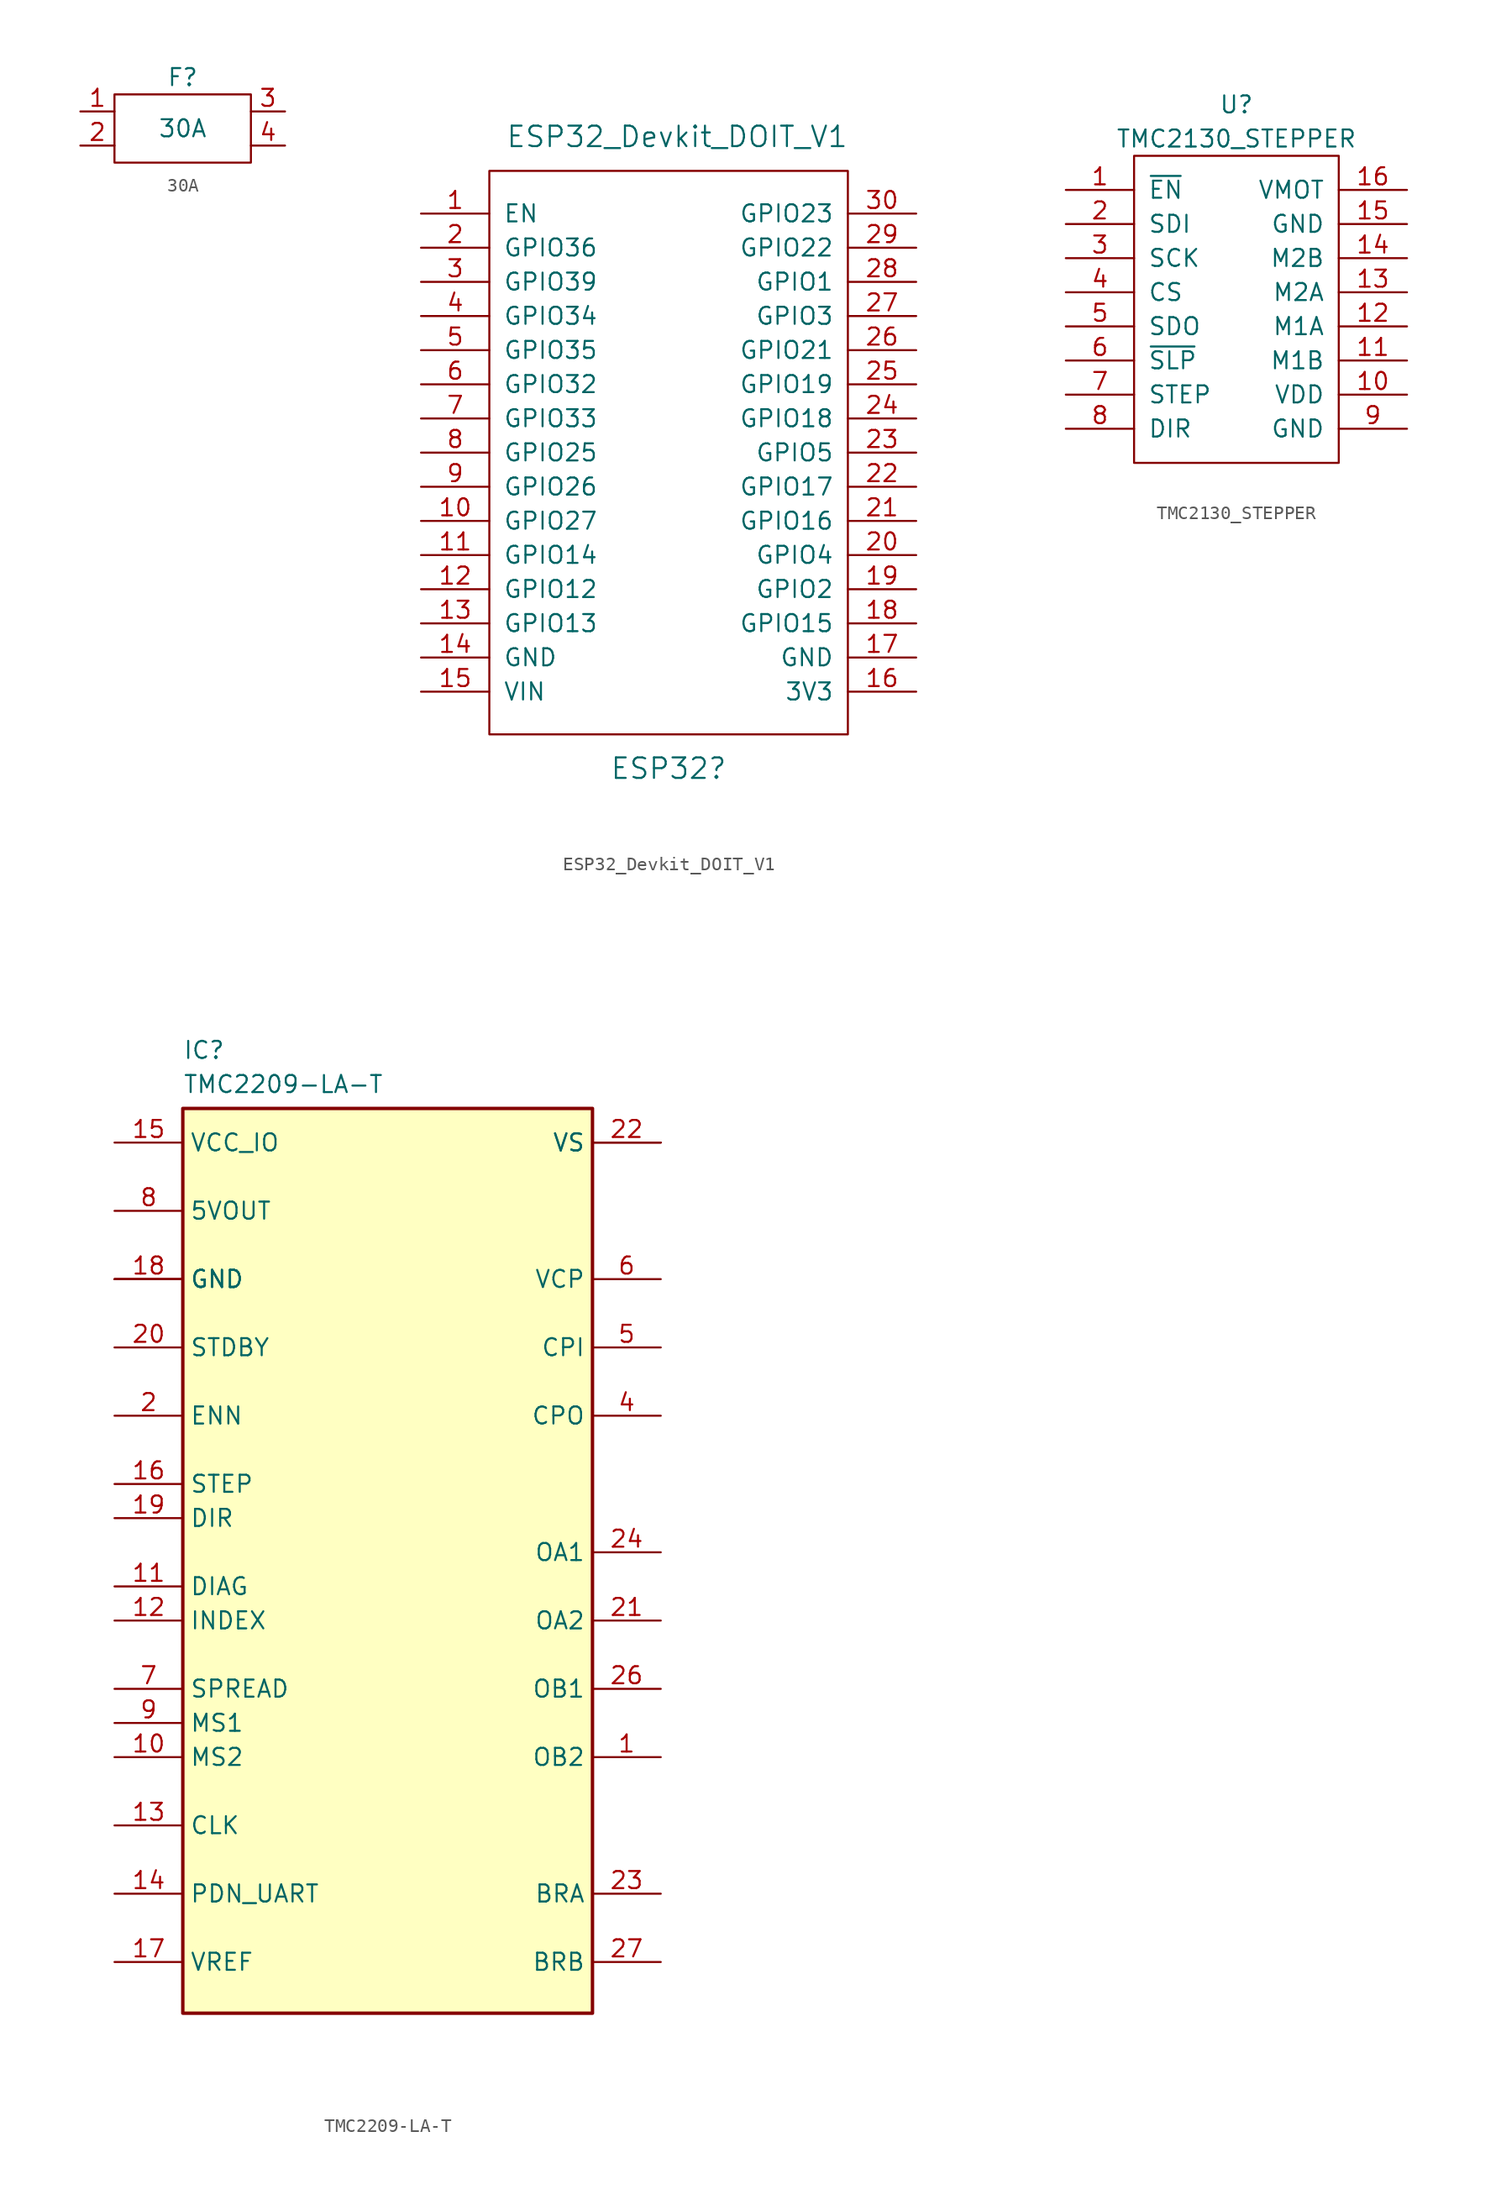
<source format=kicad_sym>
(kicad_symbol_lib
  (version 20231120)
  (generator "kicad_symbol_editor")
  (generator_version "8.0")
  (symbol "30A"
    (pin_names
      (offset 1.016))
    (property "Reference" "F"
      (at 0 3.81 0)
      (effects (font (size 1.27 1.27))))
    (property "Value" "30A"
      (at 0 0 0)
      (effects (font (size 1.27 1.27))))
    (symbol "30A_0_1"
      (rectangle (start -5.08 2.54) (end 5.08 -2.54) (stroke (width 0) (type solid)) (fill (type none))))
    (symbol "30A_1_1"
      (pin passive line (at -7.62 1.27 0) (length 2.54) (name "~" (effects (font (size 1.27 1.27)))) (number "1" (effects (font (size 1.27 1.27)))))
      (pin passive line (at -7.62 -1.27 0) (length 2.54) (name "~" (effects (font (size 1.27 1.27)))) (number "2" (effects (font (size 1.27 1.27)))))
      (pin passive line (at 7.62 1.27 180) (length 2.54) (name "~" (effects (font (size 1.27 1.27)))) (number "3" (effects (font (size 1.27 1.27)))))
      (pin passive line (at 7.62 -1.27 180) (length 2.54) (name "~" (effects (font (size 1.27 1.27)))) (number "4" (effects (font (size 1.27 1.27)))))))
  (symbol "ESP32_Devkit_DOIT_V1"
    (pin_names
      (offset 1.016))
    (property "Reference" "ESP32"
      (at 0 -24.765 0)
      (effects (font (size 1.524 1.524))))
    (property "Value" "ESP32_Devkit_DOIT_V1"
      (at 0.635 22.225 0)
      (effects (font (size 1.524 1.524))))
    (symbol "ESP32_Devkit_DOIT_V1_0_1"
      (rectangle (start -13.335 19.685) (end 13.335 -22.225) (stroke (width 0) (type solid)) (fill (type none))))
    (symbol "ESP32_Devkit_DOIT_V1_1_1"
      (pin input line (at -18.415 16.51 0) (length 5.08) (name "EN" (effects (font (size 1.27 1.27)))) (number "1" (effects (font (size 1.27 1.27)))))
      (pin bidirectional line (at -18.415 -6.35 0) (length 5.08) (name "GPIO27" (effects (font (size 1.27 1.27)))) (number "10" (effects (font (size 1.27 1.27)))))
      (pin bidirectional line (at -18.415 -8.89 0) (length 5.08) (name "GPIO14" (effects (font (size 1.27 1.27)))) (number "11" (effects (font (size 1.27 1.27)))))
      (pin bidirectional line (at -18.415 -11.43 0) (length 5.08) (name "GPIO12" (effects (font (size 1.27 1.27)))) (number "12" (effects (font (size 1.27 1.27)))))
      (pin bidirectional line (at -18.415 -13.97 0) (length 5.08) (name "GPIO13" (effects (font (size 1.27 1.27)))) (number "13" (effects (font (size 1.27 1.27)))))
      (pin input line (at -18.415 -16.51 0) (length 5.08) (name "GND" (effects (font (size 1.27 1.27)))) (number "14" (effects (font (size 1.27 1.27)))))
      (pin input line (at -18.415 -19.05 0) (length 5.08) (name "VIN" (effects (font (size 1.27 1.27)))) (number "15" (effects (font (size 1.27 1.27)))))
      (pin input line (at 18.415 -19.05 180) (length 5.08) (name "3V3" (effects (font (size 1.27 1.27)))) (number "16" (effects (font (size 1.27 1.27)))))
      (pin input line (at 18.415 -16.51 180) (length 5.08) (name "GND" (effects (font (size 1.27 1.27)))) (number "17" (effects (font (size 1.27 1.27)))))
      (pin bidirectional line (at 18.415 -13.97 180) (length 5.08) (name "GPIO15" (effects (font (size 1.27 1.27)))) (number "18" (effects (font (size 1.27 1.27)))))
      (pin bidirectional line (at 18.415 -11.43 180) (length 5.08) (name "GPIO2" (effects (font (size 1.27 1.27)))) (number "19" (effects (font (size 1.27 1.27)))))
      (pin bidirectional line (at -18.415 13.97 0) (length 5.08) (name "GPIO36" (effects (font (size 1.27 1.27)))) (number "2" (effects (font (size 1.27 1.27)))))
      (pin bidirectional line (at 18.415 -8.89 180) (length 5.08) (name "GPIO4" (effects (font (size 1.27 1.27)))) (number "20" (effects (font (size 1.27 1.27)))))
      (pin bidirectional line (at 18.415 -6.35 180) (length 5.08) (name "GPIO16" (effects (font (size 1.27 1.27)))) (number "21" (effects (font (size 1.27 1.27)))))
      (pin bidirectional line (at 18.415 -3.81 180) (length 5.08) (name "GPIO17" (effects (font (size 1.27 1.27)))) (number "22" (effects (font (size 1.27 1.27)))))
      (pin bidirectional line (at 18.415 -1.27 180) (length 5.08) (name "GPIO5" (effects (font (size 1.27 1.27)))) (number "23" (effects (font (size 1.27 1.27)))))
      (pin bidirectional line (at 18.415 1.27 180) (length 5.08) (name "GPIO18" (effects (font (size 1.27 1.27)))) (number "24" (effects (font (size 1.27 1.27)))))
      (pin bidirectional line (at 18.415 3.81 180) (length 5.08) (name "GPIO19" (effects (font (size 1.27 1.27)))) (number "25" (effects (font (size 1.27 1.27)))))
      (pin bidirectional line (at 18.415 6.35 180) (length 5.08) (name "GPIO21" (effects (font (size 1.27 1.27)))) (number "26" (effects (font (size 1.27 1.27)))))
      (pin bidirectional line (at 18.415 8.89 180) (length 5.08) (name "GPIO3" (effects (font (size 1.27 1.27)))) (number "27" (effects (font (size 1.27 1.27)))))
      (pin bidirectional line (at 18.415 11.43 180) (length 5.08) (name "GPIO1" (effects (font (size 1.27 1.27)))) (number "28" (effects (font (size 1.27 1.27)))))
      (pin bidirectional line (at 18.415 13.97 180) (length 5.08) (name "GPIO22" (effects (font (size 1.27 1.27)))) (number "29" (effects (font (size 1.27 1.27)))))
      (pin bidirectional line (at -18.415 11.43 0) (length 5.08) (name "GPIO39" (effects (font (size 1.27 1.27)))) (number "3" (effects (font (size 1.27 1.27)))))
      (pin bidirectional line (at 18.415 16.51 180) (length 5.08) (name "GPIO23" (effects (font (size 1.27 1.27)))) (number "30" (effects (font (size 1.27 1.27)))))
      (pin bidirectional line (at -18.415 8.89 0) (length 5.08) (name "GPIO34" (effects (font (size 1.27 1.27)))) (number "4" (effects (font (size 1.27 1.27)))))
      (pin bidirectional line (at -18.415 6.35 0) (length 5.08) (name "GPIO35" (effects (font (size 1.27 1.27)))) (number "5" (effects (font (size 1.27 1.27)))))
      (pin bidirectional line (at -18.415 3.81 0) (length 5.08) (name "GPIO32" (effects (font (size 1.27 1.27)))) (number "6" (effects (font (size 1.27 1.27)))))
      (pin bidirectional line (at -18.415 1.27 0) (length 5.08) (name "GPIO33" (effects (font (size 1.27 1.27)))) (number "7" (effects (font (size 1.27 1.27)))))
      (pin bidirectional line (at -18.415 -1.27 0) (length 5.08) (name "GPIO25" (effects (font (size 1.27 1.27)))) (number "8" (effects (font (size 1.27 1.27)))))
      (pin bidirectional line (at -18.415 -3.81 0) (length 5.08) (name "GPIO26" (effects (font (size 1.27 1.27)))) (number "9" (effects (font (size 1.27 1.27)))))))
  (symbol "TMC2130_STEPPER"
    (pin_names
      (offset 1.016))
    (property "Reference" "U"
      (at 0 3.81 0)
      (effects (font (size 1.27 1.27))))
    (property "Value" "TMC2130_STEPPER"
      (at 0 1.27 0)
      (effects (font (size 1.27 1.27))))
    (symbol "TMC2130_STEPPER_0_1"
      (rectangle (start -7.62 0) (end 7.62 -22.86) (stroke (width 0) (type solid)) (fill (type none))))
    (symbol "TMC2130_STEPPER_1_1"
      (pin input line (at -12.7 -2.54 0) (length 5.08) (name "~{EN}" (effects (font (size 1.27 1.27)))) (number "1" (effects (font (size 1.27 1.27)))))
      (pin input line (at 12.7 -17.78 180) (length 5.08) (name "VDD" (effects (font (size 1.27 1.27)))) (number "10" (effects (font (size 1.27 1.27)))))
      (pin input line (at 12.7 -15.24 180) (length 5.08) (name "M1B" (effects (font (size 1.27 1.27)))) (number "11" (effects (font (size 1.27 1.27)))))
      (pin input line (at 12.7 -12.7 180) (length 5.08) (name "M1A" (effects (font (size 1.27 1.27)))) (number "12" (effects (font (size 1.27 1.27)))))
      (pin input line (at 12.7 -10.16 180) (length 5.08) (name "M2A" (effects (font (size 1.27 1.27)))) (number "13" (effects (font (size 1.27 1.27)))))
      (pin input line (at 12.7 -7.62 180) (length 5.08) (name "M2B" (effects (font (size 1.27 1.27)))) (number "14" (effects (font (size 1.27 1.27)))))
      (pin input line (at 12.7 -5.08 180) (length 5.08) (name "GND" (effects (font (size 1.27 1.27)))) (number "15" (effects (font (size 1.27 1.27)))))
      (pin input line (at 12.7 -2.54 180) (length 5.08) (name "VMOT" (effects (font (size 1.27 1.27)))) (number "16" (effects (font (size 1.27 1.27)))))
      (pin input line (at -12.7 -5.08 0) (length 5.08) (name "SDI" (effects (font (size 1.27 1.27)))) (number "2" (effects (font (size 1.27 1.27)))))
      (pin input line (at -12.7 -7.62 0) (length 5.08) (name "SCK" (effects (font (size 1.27 1.27)))) (number "3" (effects (font (size 1.27 1.27)))))
      (pin input line (at -12.7 -10.16 0) (length 5.08) (name "CS" (effects (font (size 1.27 1.27)))) (number "4" (effects (font (size 1.27 1.27)))))
      (pin output line (at -12.7 -12.7 0) (length 5.08) (name "SDO" (effects (font (size 1.27 1.27)))) (number "5" (effects (font (size 1.27 1.27)))))
      (pin input line (at -12.7 -15.24 0) (length 5.08) (name "~{SLP}" (effects (font (size 1.27 1.27)))) (number "6" (effects (font (size 1.27 1.27)))))
      (pin input line (at -12.7 -17.78 0) (length 5.08) (name "STEP" (effects (font (size 1.27 1.27)))) (number "7" (effects (font (size 1.27 1.27)))))
      (pin input line (at -12.7 -20.32 0) (length 5.08) (name "DIR" (effects (font (size 1.27 1.27)))) (number "8" (effects (font (size 1.27 1.27)))))
      (pin input line (at 12.7 -20.32 180) (length 5.08) (name "GND" (effects (font (size 1.27 1.27)))) (number "9" (effects (font (size 1.27 1.27)))))))
  (symbol "TMC2209-LA-T"
    (property "Reference" "IC"
      (at -15.24 38.1 0)
      (effects (font (size 1.27 1.27)) (justify left top)))
    (property "Value" "TMC2209-LA-T"
      (at -15.24 35.56 0)
      (effects (font (size 1.27 1.27)) (justify left top)))
    (symbol "TMC2209-LA-T_1_0"
      (pin output line (at 20.32 -15.24 180) (length 5.08) (name "OB2" (effects (font (size 1.27 1.27)))) (number "1" (effects (font (size 1.27 1.27)))))
      (pin bidirectional line (at -20.32 -15.24 0) (length 5.08) (name "MS2" (effects (font (size 1.27 1.27)))) (number "10" (effects (font (size 1.27 1.27)))))
      (pin bidirectional line (at -20.32 -2.54 0) (length 5.08) (name "DIAG" (effects (font (size 1.27 1.27)))) (number "11" (effects (font (size 1.27 1.27)))))
      (pin bidirectional line (at -20.32 -5.08 0) (length 5.08) (name "INDEX" (effects (font (size 1.27 1.27)))) (number "12" (effects (font (size 1.27 1.27)))))
      (pin bidirectional line (at -20.32 -20.32 0) (length 5.08) (name "CLK" (effects (font (size 1.27 1.27)))) (number "13" (effects (font (size 1.27 1.27)))))
      (pin bidirectional line (at -20.32 -25.4 0) (length 5.08) (name "PDN_UART" (effects (font (size 1.27 1.27)))) (number "14" (effects (font (size 1.27 1.27)))))
      (pin power_in line (at -20.32 30.48 0) (length 5.08) (name "VCC_IO" (effects (font (size 1.27 1.27)))) (number "15" (effects (font (size 1.27 1.27)))))
      (pin bidirectional line (at -20.32 5.08 0) (length 5.08) (name "STEP" (effects (font (size 1.27 1.27)))) (number "16" (effects (font (size 1.27 1.27)))))
      (pin passive line (at -20.32 -30.48 0) (length 5.08) (name "VREF" (effects (font (size 1.27 1.27)))) (number "17" (effects (font (size 1.27 1.27)))))
      (pin power_in line (at -20.32 20.32 0) (length 5.08) (name "GND" (effects (font (size 1.27 1.27)))) (number "18" (effects (font (size 1.27 1.27)))))
      (pin bidirectional line (at -20.32 2.54 0) (length 5.08) (name "DIR" (effects (font (size 1.27 1.27)))) (number "19" (effects (font (size 1.27 1.27)))))
      (pin bidirectional line (at -20.32 10.16 0) (length 5.08) (name "ENN" (effects (font (size 1.27 1.27)))) (number "2" (effects (font (size 1.27 1.27)))))
      (pin bidirectional line (at -20.32 15.24 0) (length 5.08) (name "STDBY" (effects (font (size 1.27 1.27)))) (number "20" (effects (font (size 1.27 1.27)))))
      (pin output line (at 20.32 -5.08 180) (length 5.08) (name "OA2" (effects (font (size 1.27 1.27)))) (number "21" (effects (font (size 1.27 1.27)))))
      (pin power_in line (at 20.32 30.48 180) (length 5.08) (name "VS" (effects (font (size 1.27 1.27)))) (number "22" (effects (font (size 1.27 1.27)))))
      (pin output line (at 20.32 -25.4 180) (length 5.08) (name "BRA" (effects (font (size 1.27 1.27)))) (number "23" (effects (font (size 1.27 1.27)))))
      (pin output line (at 20.32 0 180) (length 5.08) (name "OA1" (effects (font (size 1.27 1.27)))) (number "24" (effects (font (size 1.27 1.27)))))
      (pin output line (at 20.32 -10.16 180) (length 5.08) (name "OB1" (effects (font (size 1.27 1.27)))) (number "26" (effects (font (size 1.27 1.27)))))
      (pin output line (at 20.32 -30.48 180) (length 5.08) (name "BRB" (effects (font (size 1.27 1.27)))) (number "27" (effects (font (size 1.27 1.27)))))
      (pin power_in line (at 20.32 30.48 180) (length 5.08) (name "VS" (effects (font (size 1.27 1.27)))) (number "28" (effects (font (size 0 0)))))
      (pin power_in line (at -20.32 20.32 0) (length 5.08) (name "GND" (effects (font (size 1.27 1.27)))) (number "3" (effects (font (size 0 0)))))
      (pin passive line (at 20.32 10.16 180) (length 5.08) (name "CPO" (effects (font (size 1.27 1.27)))) (number "4" (effects (font (size 1.27 1.27)))))
      (pin passive line (at 20.32 15.24 180) (length 5.08) (name "CPI" (effects (font (size 1.27 1.27)))) (number "5" (effects (font (size 1.27 1.27)))))
      (pin passive line (at 20.32 20.32 180) (length 5.08) (name "VCP" (effects (font (size 1.27 1.27)))) (number "6" (effects (font (size 1.27 1.27)))))
      (pin bidirectional line (at -20.32 -10.16 0) (length 5.08) (name "SPREAD" (effects (font (size 1.27 1.27)))) (number "7" (effects (font (size 1.27 1.27)))))
      (pin power_in line (at -20.32 25.4 0) (length 5.08) (name "5VOUT" (effects (font (size 1.27 1.27)))) (number "8" (effects (font (size 1.27 1.27)))))
      (pin bidirectional line (at -20.32 -12.7 0) (length 5.08) (name "MS1" (effects (font (size 1.27 1.27)))) (number "9" (effects (font (size 1.27 1.27)))))
      (pin power_in line (at -20.32 20.32 0) (length 5.08) (name "GND" (effects (font (size 1.27 1.27)))) (number "TP" (effects (font (size 0 0))))))
    (symbol "TMC2209-LA-T_1_1"
      (rectangle (start -15.24 33.02) (end 15.24 -34.29) (stroke (width 0.254) (type default)) (fill (type background))))))
</source>
